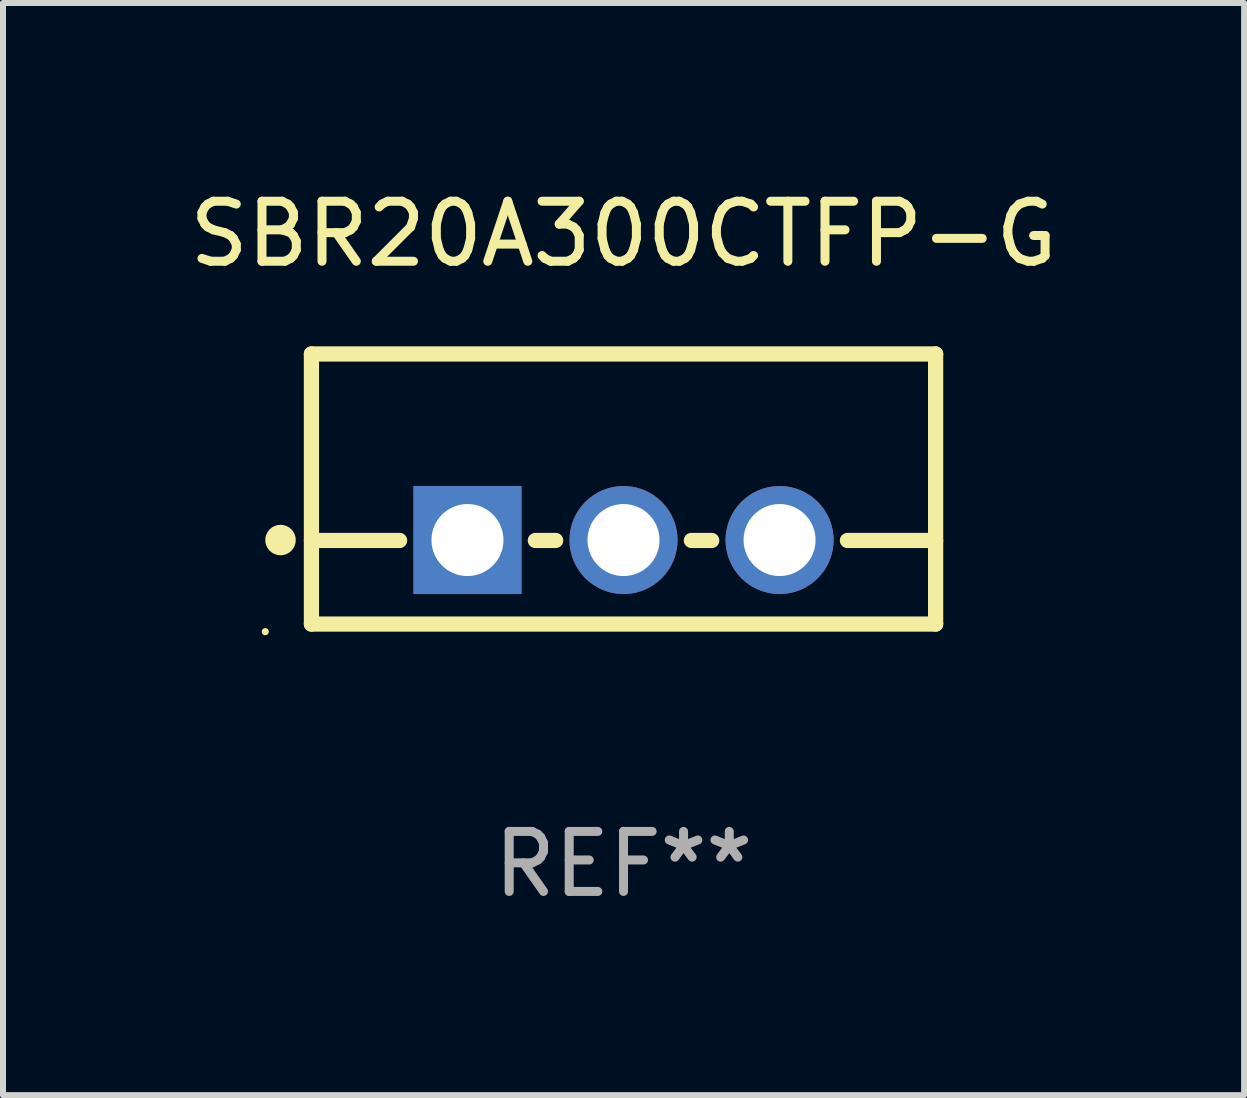
<source format=kicad_pcb>
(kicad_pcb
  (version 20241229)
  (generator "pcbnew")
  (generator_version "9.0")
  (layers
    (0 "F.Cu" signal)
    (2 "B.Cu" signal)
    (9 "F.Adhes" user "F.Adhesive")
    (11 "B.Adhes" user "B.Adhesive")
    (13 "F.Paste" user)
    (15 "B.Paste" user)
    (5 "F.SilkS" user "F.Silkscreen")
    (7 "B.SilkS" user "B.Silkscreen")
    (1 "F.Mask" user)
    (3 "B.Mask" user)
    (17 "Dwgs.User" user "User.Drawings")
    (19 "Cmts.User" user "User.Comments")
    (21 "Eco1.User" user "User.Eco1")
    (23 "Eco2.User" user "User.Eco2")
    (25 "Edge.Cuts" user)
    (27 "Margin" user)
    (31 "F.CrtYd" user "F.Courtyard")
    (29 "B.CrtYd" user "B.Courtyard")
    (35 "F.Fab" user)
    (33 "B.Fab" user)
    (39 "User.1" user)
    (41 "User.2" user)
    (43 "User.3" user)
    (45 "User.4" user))
  (footprint "SBR20A300CTFP-G"
    (layer "F.Cu")
    (at 7.339 5.098)
    (property "Reference" "SBR20A300CTFP-G" (at 0 -4.25 0) (layer "F.SilkS") (effects (font (size 1 1) (thickness 0.15))))
    (attr through_hole)
    (fp_line (start -5.2 -2.25) (end -5.2 2.25) (stroke (width 0.254) (type solid)) (layer "F.SilkS"))
    (fp_line (start -5.2 -2.25) (end 5.2 -2.25) (stroke (width 0.254) (type solid)) (layer "F.SilkS"))
    (fp_line (start -5.2 0.857) (end -3.731 0.857) (stroke (width 0.254) (type solid)) (layer "F.SilkS"))
    (fp_line (start -5.2 2.25) (end 5.2 2.25) (stroke (width 0.254) (type solid)) (layer "F.SilkS"))
    (fp_line (start -1.469 0.857) (end -1.131 0.857) (stroke (width 0.254) (type solid)) (layer "F.SilkS"))
    (fp_line (start 1.131 0.857) (end 1.469 0.857) (stroke (width 0.254) (type solid)) (layer "F.SilkS"))
    (fp_line (start 3.731 0.857) (end 5.2 0.857) (stroke (width 0.254) (type solid)) (layer "F.SilkS"))
    (fp_line (start 5.2 -2.25) (end 5.2 2.25) (stroke (width 0.254) (type solid)) (layer "F.SilkS"))
    (fp_circle (center -5.969 2.377) (end -5.939 2.377) (stroke (width 0.06) (type solid)) (fill no) (layer "F.SilkS"))
    (fp_circle (center -5.715 0.85) (end -5.588 0.85) (stroke (width 0.254) (type solid)) (fill no) (layer "F.SilkS"))
    (fp_text user "REF**" (at 0 6.25 0) (layer "F.Fab") (effects (font (size 1 1) (thickness 0.15))))
    (pad "1" thru_hole rect (at -2.6 0.85) (size 1.8 1.8) (drill 1.2) (layers "*.Cu" "*.Mask"))
    (pad "2" thru_hole circle (at 0 0.85) (size 1.8 1.8) (drill 1.2) (layers "*.Cu" "*.Mask"))
    (pad "3" thru_hole circle (at 2.6 0.85) (size 1.8 1.8) (drill 1.2) (layers "*.Cu" "*.Mask")))
  (gr_rect
    (start -3 -3)
    (end 17.679 15.197)
    (stroke (width 0.1) (type default))
    (fill no)
    (layer "Edge.Cuts")))
</source>
